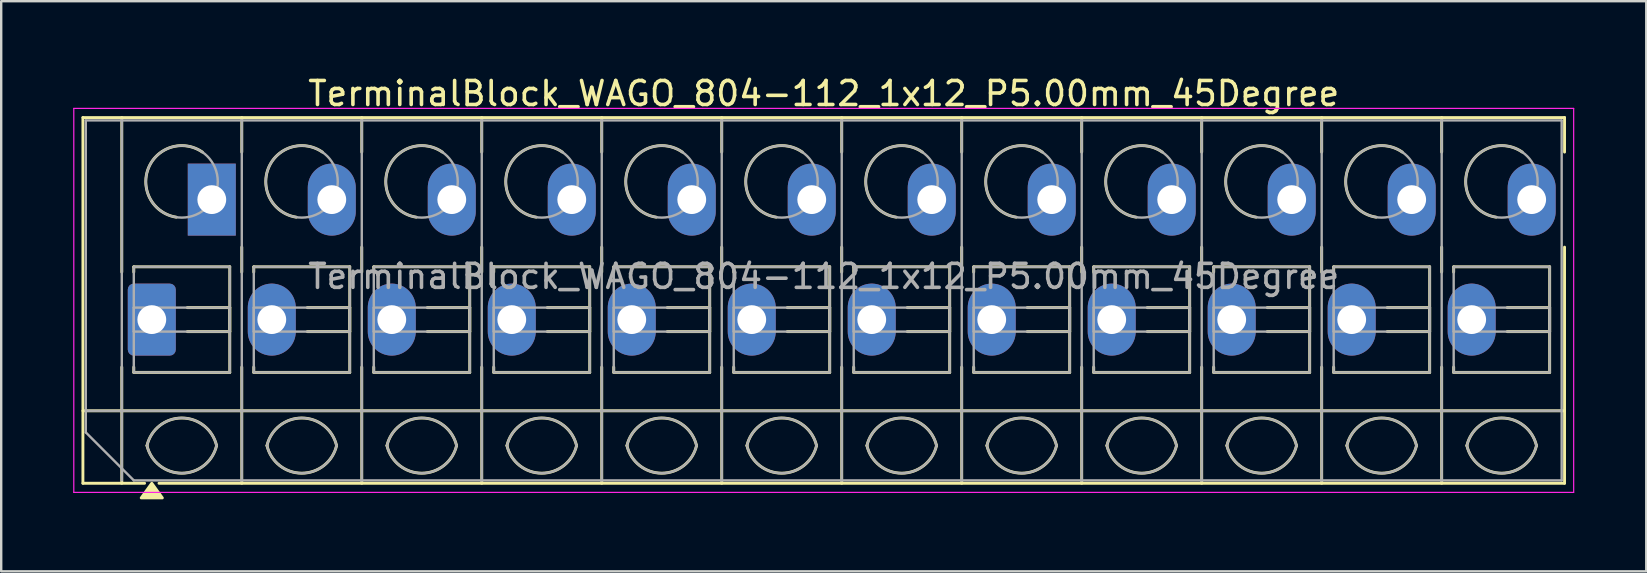
<source format=kicad_pcb>
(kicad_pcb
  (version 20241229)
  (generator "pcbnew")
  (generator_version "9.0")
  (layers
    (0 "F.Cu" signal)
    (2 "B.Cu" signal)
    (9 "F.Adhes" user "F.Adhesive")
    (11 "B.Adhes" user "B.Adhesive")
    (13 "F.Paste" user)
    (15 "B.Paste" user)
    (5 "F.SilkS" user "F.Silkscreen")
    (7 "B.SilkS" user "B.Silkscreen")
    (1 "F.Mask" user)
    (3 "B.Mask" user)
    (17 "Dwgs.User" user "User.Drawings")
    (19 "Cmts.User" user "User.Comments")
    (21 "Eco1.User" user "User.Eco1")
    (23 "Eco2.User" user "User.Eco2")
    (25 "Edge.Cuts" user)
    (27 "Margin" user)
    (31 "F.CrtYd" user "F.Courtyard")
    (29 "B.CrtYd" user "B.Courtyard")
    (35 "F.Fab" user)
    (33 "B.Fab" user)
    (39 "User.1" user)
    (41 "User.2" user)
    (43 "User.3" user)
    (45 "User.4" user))
  (footprint "TerminalBlock_WAGO_804-112_1x12_P5.00mm_45Degree"
    (layer "F.Cu")
    (at 3.275 10.268)
    (property "Reference" "TerminalBlock_WAGO_804-112_1x12_P5.00mm_45Degree" (at 28 -9.42 0) (layer "F.SilkS") (effects (font (size 1 1) (thickness 0.15))))
    (attr through_hole)
    (fp_line (start -2.87 -8.42) (end -2.87 6.82) (stroke (width 0.12) (type solid)) (layer "F.SilkS"))
    (fp_line (start -2.87 -8.42) (end 58.87 -8.42) (stroke (width 0.12) (type solid)) (layer "F.SilkS"))
    (fp_line (start -2.87 3.8) (end 58.87 3.8) (stroke (width 0.12) (type solid)) (layer "F.SilkS"))
    (fp_line (start -2.87 6.82) (end -0.3 6.82) (stroke (width 0.12) (type solid)) (layer "F.SilkS"))
    (fp_line (start -1.25 -8.42) (end -1.25 -1.98) (stroke (width 0.12) (type solid)) (layer "F.SilkS"))
    (fp_line (start -1.25 1.98) (end -1.25 6.82) (stroke (width 0.12) (type solid)) (layer "F.SilkS"))
    (fp_line (start -0.75 -2.2) (end -0.75 -1.98) (stroke (width 0.12) (type solid)) (layer "F.SilkS"))
    (fp_line (start -0.75 -2.2) (end 3.25 -2.2) (stroke (width 0.12) (type solid)) (layer "F.SilkS"))
    (fp_line (start -0.75 1.98) (end -0.75 2.2) (stroke (width 0.12) (type solid)) (layer "F.SilkS"))
    (fp_line (start -0.75 2.2) (end 3.25 2.2) (stroke (width 0.12) (type solid)) (layer "F.SilkS"))
    (fp_line (start 0.3 6.82) (end 58.87 6.82) (stroke (width 0.12) (type solid)) (layer "F.SilkS"))
    (fp_line (start 1.48 -0.5) (end 3.25 -0.5) (stroke (width 0.12) (type solid)) (layer "F.SilkS"))
    (fp_line (start 1.48 0.5) (end 3.25 0.5) (stroke (width 0.12) (type solid)) (layer "F.SilkS"))
    (fp_line (start 3.25 -2.2) (end 3.25 2.2) (stroke (width 0.12) (type solid)) (layer "F.SilkS"))
    (fp_line (start 3.25 -0.5) (end 3.25 0.5) (stroke (width 0.12) (type solid)) (layer "F.SilkS"))
    (fp_line (start 3.75 -8.42) (end 3.75 -6.98) (stroke (width 0.12) (type solid)) (layer "F.SilkS"))
    (fp_line (start 3.75 -3.02) (end 3.75 -1.98) (stroke (width 0.12) (type solid)) (layer "F.SilkS"))
    (fp_line (start 3.75 1.98) (end 3.75 6.82) (stroke (width 0.12) (type solid)) (layer "F.SilkS"))
    (fp_line (start 4.25 -2.2) (end 4.25 -1.98) (stroke (width 0.12) (type solid)) (layer "F.SilkS"))
    (fp_line (start 4.25 -2.2) (end 8.25 -2.2) (stroke (width 0.12) (type solid)) (layer "F.SilkS"))
    (fp_line (start 4.25 1.98) (end 4.25 2.2) (stroke (width 0.12) (type solid)) (layer "F.SilkS"))
    (fp_line (start 4.25 2.2) (end 8.25 2.2) (stroke (width 0.12) (type solid)) (layer "F.SilkS"))
    (fp_line (start 6.48 -0.5) (end 8.25 -0.5) (stroke (width 0.12) (type solid)) (layer "F.SilkS"))
    (fp_line (start 6.48 0.5) (end 8.25 0.5) (stroke (width 0.12) (type solid)) (layer "F.SilkS"))
    (fp_line (start 8.25 -2.2) (end 8.25 2.2) (stroke (width 0.12) (type solid)) (layer "F.SilkS"))
    (fp_line (start 8.25 -0.5) (end 8.25 0.5) (stroke (width 0.12) (type solid)) (layer "F.SilkS"))
    (fp_line (start 8.75 -8.42) (end 8.75 -6.98) (stroke (width 0.12) (type solid)) (layer "F.SilkS"))
    (fp_line (start 8.75 -3.02) (end 8.75 -1.98) (stroke (width 0.12) (type solid)) (layer "F.SilkS"))
    (fp_line (start 8.75 1.98) (end 8.75 6.82) (stroke (width 0.12) (type solid)) (layer "F.SilkS"))
    (fp_line (start 9.25 -2.2) (end 9.25 -1.98) (stroke (width 0.12) (type solid)) (layer "F.SilkS"))
    (fp_line (start 9.25 -2.2) (end 13.25 -2.2) (stroke (width 0.12) (type solid)) (layer "F.SilkS"))
    (fp_line (start 9.25 1.98) (end 9.25 2.2) (stroke (width 0.12) (type solid)) (layer "F.SilkS"))
    (fp_line (start 9.25 2.2) (end 13.25 2.2) (stroke (width 0.12) (type solid)) (layer "F.SilkS"))
    (fp_line (start 11.48 -0.5) (end 13.25 -0.5) (stroke (width 0.12) (type solid)) (layer "F.SilkS"))
    (fp_line (start 11.48 0.5) (end 13.25 0.5) (stroke (width 0.12) (type solid)) (layer "F.SilkS"))
    (fp_line (start 13.25 -2.2) (end 13.25 2.2) (stroke (width 0.12) (type solid)) (layer "F.SilkS"))
    (fp_line (start 13.25 -0.5) (end 13.25 0.5) (stroke (width 0.12) (type solid)) (layer "F.SilkS"))
    (fp_line (start 13.75 -8.42) (end 13.75 -6.98) (stroke (width 0.12) (type solid)) (layer "F.SilkS"))
    (fp_line (start 13.75 -3.02) (end 13.75 -1.98) (stroke (width 0.12) (type solid)) (layer "F.SilkS"))
    (fp_line (start 13.75 1.98) (end 13.75 6.82) (stroke (width 0.12) (type solid)) (layer "F.SilkS"))
    (fp_line (start 14.25 -2.2) (end 14.25 -1.98) (stroke (width 0.12) (type solid)) (layer "F.SilkS"))
    (fp_line (start 14.25 -2.2) (end 18.25 -2.2) (stroke (width 0.12) (type solid)) (layer "F.SilkS"))
    (fp_line (start 14.25 1.98) (end 14.25 2.2) (stroke (width 0.12) (type solid)) (layer "F.SilkS"))
    (fp_line (start 14.25 2.2) (end 18.25 2.2) (stroke (width 0.12) (type solid)) (layer "F.SilkS"))
    (fp_line (start 16.48 -0.5) (end 18.25 -0.5) (stroke (width 0.12) (type solid)) (layer "F.SilkS"))
    (fp_line (start 16.48 0.5) (end 18.25 0.5) (stroke (width 0.12) (type solid)) (layer "F.SilkS"))
    (fp_line (start 18.25 -2.2) (end 18.25 2.2) (stroke (width 0.12) (type solid)) (layer "F.SilkS"))
    (fp_line (start 18.25 -0.5) (end 18.25 0.5) (stroke (width 0.12) (type solid)) (layer "F.SilkS"))
    (fp_line (start 18.75 -8.42) (end 18.75 -6.98) (stroke (width 0.12) (type solid)) (layer "F.SilkS"))
    (fp_line (start 18.75 -3.02) (end 18.75 -1.98) (stroke (width 0.12) (type solid)) (layer "F.SilkS"))
    (fp_line (start 18.75 1.98) (end 18.75 6.82) (stroke (width 0.12) (type solid)) (layer "F.SilkS"))
    (fp_line (start 19.25 -2.2) (end 19.25 -1.98) (stroke (width 0.12) (type solid)) (layer "F.SilkS"))
    (fp_line (start 19.25 -2.2) (end 23.25 -2.2) (stroke (width 0.12) (type solid)) (layer "F.SilkS"))
    (fp_line (start 19.25 1.98) (end 19.25 2.2) (stroke (width 0.12) (type solid)) (layer "F.SilkS"))
    (fp_line (start 19.25 2.2) (end 23.25 2.2) (stroke (width 0.12) (type solid)) (layer "F.SilkS"))
    (fp_line (start 21.48 -0.5) (end 23.25 -0.5) (stroke (width 0.12) (type solid)) (layer "F.SilkS"))
    (fp_line (start 21.48 0.5) (end 23.25 0.5) (stroke (width 0.12) (type solid)) (layer "F.SilkS"))
    (fp_line (start 23.25 -2.2) (end 23.25 2.2) (stroke (width 0.12) (type solid)) (layer "F.SilkS"))
    (fp_line (start 23.25 -0.5) (end 23.25 0.5) (stroke (width 0.12) (type solid)) (layer "F.SilkS"))
    (fp_line (start 23.75 -8.42) (end 23.75 -6.98) (stroke (width 0.12) (type solid)) (layer "F.SilkS"))
    (fp_line (start 23.75 -3.02) (end 23.75 -1.98) (stroke (width 0.12) (type solid)) (layer "F.SilkS"))
    (fp_line (start 23.75 1.98) (end 23.75 6.82) (stroke (width 0.12) (type solid)) (layer "F.SilkS"))
    (fp_line (start 24.25 -2.2) (end 24.25 -1.98) (stroke (width 0.12) (type solid)) (layer "F.SilkS"))
    (fp_line (start 24.25 -2.2) (end 28.25 -2.2) (stroke (width 0.12) (type solid)) (layer "F.SilkS"))
    (fp_line (start 24.25 1.98) (end 24.25 2.2) (stroke (width 0.12) (type solid)) (layer "F.SilkS"))
    (fp_line (start 24.25 2.2) (end 28.25 2.2) (stroke (width 0.12) (type solid)) (layer "F.SilkS"))
    (fp_line (start 26.48 -0.5) (end 28.25 -0.5) (stroke (width 0.12) (type solid)) (layer "F.SilkS"))
    (fp_line (start 26.48 0.5) (end 28.25 0.5) (stroke (width 0.12) (type solid)) (layer "F.SilkS"))
    (fp_line (start 28.25 -2.2) (end 28.25 2.2) (stroke (width 0.12) (type solid)) (layer "F.SilkS"))
    (fp_line (start 28.25 -0.5) (end 28.25 0.5) (stroke (width 0.12) (type solid)) (layer "F.SilkS"))
    (fp_line (start 28.75 -8.42) (end 28.75 -6.98) (stroke (width 0.12) (type solid)) (layer "F.SilkS"))
    (fp_line (start 28.75 -3.02) (end 28.75 -1.98) (stroke (width 0.12) (type solid)) (layer "F.SilkS"))
    (fp_line (start 28.75 1.98) (end 28.75 6.82) (stroke (width 0.12) (type solid)) (layer "F.SilkS"))
    (fp_line (start 29.25 -2.2) (end 29.25 -1.98) (stroke (width 0.12) (type solid)) (layer "F.SilkS"))
    (fp_line (start 29.25 -2.2) (end 33.25 -2.2) (stroke (width 0.12) (type solid)) (layer "F.SilkS"))
    (fp_line (start 29.25 1.98) (end 29.25 2.2) (stroke (width 0.12) (type solid)) (layer "F.SilkS"))
    (fp_line (start 29.25 2.2) (end 33.25 2.2) (stroke (width 0.12) (type solid)) (layer "F.SilkS"))
    (fp_line (start 31.48 -0.5) (end 33.25 -0.5) (stroke (width 0.12) (type solid)) (layer "F.SilkS"))
    (fp_line (start 31.48 0.5) (end 33.25 0.5) (stroke (width 0.12) (type solid)) (layer "F.SilkS"))
    (fp_line (start 33.25 -2.2) (end 33.25 2.2) (stroke (width 0.12) (type solid)) (layer "F.SilkS"))
    (fp_line (start 33.25 -0.5) (end 33.25 0.5) (stroke (width 0.12) (type solid)) (layer "F.SilkS"))
    (fp_line (start 33.75 -8.42) (end 33.75 -6.98) (stroke (width 0.12) (type solid)) (layer "F.SilkS"))
    (fp_line (start 33.75 -3.02) (end 33.75 -1.98) (stroke (width 0.12) (type solid)) (layer "F.SilkS"))
    (fp_line (start 33.75 1.98) (end 33.75 6.82) (stroke (width 0.12) (type solid)) (layer "F.SilkS"))
    (fp_line (start 34.25 -2.2) (end 34.25 -1.98) (stroke (width 0.12) (type solid)) (layer "F.SilkS"))
    (fp_line (start 34.25 -2.2) (end 38.25 -2.2) (stroke (width 0.12) (type solid)) (layer "F.SilkS"))
    (fp_line (start 34.25 1.98) (end 34.25 2.2) (stroke (width 0.12) (type solid)) (layer "F.SilkS"))
    (fp_line (start 34.25 2.2) (end 38.25 2.2) (stroke (width 0.12) (type solid)) (layer "F.SilkS"))
    (fp_line (start 36.48 -0.5) (end 38.25 -0.5) (stroke (width 0.12) (type solid)) (layer "F.SilkS"))
    (fp_line (start 36.48 0.5) (end 38.25 0.5) (stroke (width 0.12) (type solid)) (layer "F.SilkS"))
    (fp_line (start 38.25 -2.2) (end 38.25 2.2) (stroke (width 0.12) (type solid)) (layer "F.SilkS"))
    (fp_line (start 38.25 -0.5) (end 38.25 0.5) (stroke (width 0.12) (type solid)) (layer "F.SilkS"))
    (fp_line (start 38.75 -8.42) (end 38.75 -6.98) (stroke (width 0.12) (type solid)) (layer "F.SilkS"))
    (fp_line (start 38.75 -3.02) (end 38.75 -1.98) (stroke (width 0.12) (type solid)) (layer "F.SilkS"))
    (fp_line (start 38.75 1.98) (end 38.75 6.82) (stroke (width 0.12) (type solid)) (layer "F.SilkS"))
    (fp_line (start 39.25 -2.2) (end 39.25 -1.98) (stroke (width 0.12) (type solid)) (layer "F.SilkS"))
    (fp_line (start 39.25 -2.2) (end 43.25 -2.2) (stroke (width 0.12) (type solid)) (layer "F.SilkS"))
    (fp_line (start 39.25 1.98) (end 39.25 2.2) (stroke (width 0.12) (type solid)) (layer "F.SilkS"))
    (fp_line (start 39.25 2.2) (end 43.25 2.2) (stroke (width 0.12) (type solid)) (layer "F.SilkS"))
    (fp_line (start 41.48 -0.5) (end 43.25 -0.5) (stroke (width 0.12) (type solid)) (layer "F.SilkS"))
    (fp_line (start 41.48 0.5) (end 43.25 0.5) (stroke (width 0.12) (type solid)) (layer "F.SilkS"))
    (fp_line (start 43.25 -2.2) (end 43.25 2.2) (stroke (width 0.12) (type solid)) (layer "F.SilkS"))
    (fp_line (start 43.25 -0.5) (end 43.25 0.5) (stroke (width 0.12) (type solid)) (layer "F.SilkS"))
    (fp_line (start 43.75 -8.42) (end 43.75 -6.98) (stroke (width 0.12) (type solid)) (layer "F.SilkS"))
    (fp_line (start 43.75 -3.02) (end 43.75 -1.98) (stroke (width 0.12) (type solid)) (layer "F.SilkS"))
    (fp_line (start 43.75 1.98) (end 43.75 6.82) (stroke (width 0.12) (type solid)) (layer "F.SilkS"))
    (fp_line (start 44.25 -2.2) (end 44.25 -1.98) (stroke (width 0.12) (type solid)) (layer "F.SilkS"))
    (fp_line (start 44.25 -2.2) (end 48.25 -2.2) (stroke (width 0.12) (type solid)) (layer "F.SilkS"))
    (fp_line (start 44.25 1.98) (end 44.25 2.2) (stroke (width 0.12) (type solid)) (layer "F.SilkS"))
    (fp_line (start 44.25 2.2) (end 48.25 2.2) (stroke (width 0.12) (type solid)) (layer "F.SilkS"))
    (fp_line (start 46.48 -0.5) (end 48.25 -0.5) (stroke (width 0.12) (type solid)) (layer "F.SilkS"))
    (fp_line (start 46.48 0.5) (end 48.25 0.5) (stroke (width 0.12) (type solid)) (layer "F.SilkS"))
    (fp_line (start 48.25 -2.2) (end 48.25 2.2) (stroke (width 0.12) (type solid)) (layer "F.SilkS"))
    (fp_line (start 48.25 -0.5) (end 48.25 0.5) (stroke (width 0.12) (type solid)) (layer "F.SilkS"))
    (fp_line (start 48.75 -8.42) (end 48.75 -6.98) (stroke (width 0.12) (type solid)) (layer "F.SilkS"))
    (fp_line (start 48.75 -3.02) (end 48.75 -1.98) (stroke (width 0.12) (type solid)) (layer "F.SilkS"))
    (fp_line (start 48.75 1.98) (end 48.75 6.82) (stroke (width 0.12) (type solid)) (layer "F.SilkS"))
    (fp_line (start 49.25 -2.2) (end 49.25 -1.98) (stroke (width 0.12) (type solid)) (layer "F.SilkS"))
    (fp_line (start 49.25 -2.2) (end 53.25 -2.2) (stroke (width 0.12) (type solid)) (layer "F.SilkS"))
    (fp_line (start 49.25 1.98) (end 49.25 2.2) (stroke (width 0.12) (type solid)) (layer "F.SilkS"))
    (fp_line (start 49.25 2.2) (end 53.25 2.2) (stroke (width 0.12) (type solid)) (layer "F.SilkS"))
    (fp_line (start 51.48 -0.5) (end 53.25 -0.5) (stroke (width 0.12) (type solid)) (layer "F.SilkS"))
    (fp_line (start 51.48 0.5) (end 53.25 0.5) (stroke (width 0.12) (type solid)) (layer "F.SilkS"))
    (fp_line (start 53.25 -2.2) (end 53.25 2.2) (stroke (width 0.12) (type solid)) (layer "F.SilkS"))
    (fp_line (start 53.25 -0.5) (end 53.25 0.5) (stroke (width 0.12) (type solid)) (layer "F.SilkS"))
    (fp_line (start 53.75 -8.42) (end 53.75 -6.98) (stroke (width 0.12) (type solid)) (layer "F.SilkS"))
    (fp_line (start 53.75 -3.02) (end 53.75 -1.98) (stroke (width 0.12) (type solid)) (layer "F.SilkS"))
    (fp_line (start 53.75 1.98) (end 53.75 6.82) (stroke (width 0.12) (type solid)) (layer "F.SilkS"))
    (fp_line (start 54.25 -2.2) (end 54.25 -1.98) (stroke (width 0.12) (type solid)) (layer "F.SilkS"))
    (fp_line (start 54.25 -2.2) (end 58.25 -2.2) (stroke (width 0.12) (type solid)) (layer "F.SilkS"))
    (fp_line (start 54.25 1.98) (end 54.25 2.2) (stroke (width 0.12) (type solid)) (layer "F.SilkS"))
    (fp_line (start 54.25 2.2) (end 58.25 2.2) (stroke (width 0.12) (type solid)) (layer "F.SilkS"))
    (fp_line (start 56.48 -0.5) (end 58.25 -0.5) (stroke (width 0.12) (type solid)) (layer "F.SilkS"))
    (fp_line (start 56.48 0.5) (end 58.25 0.5) (stroke (width 0.12) (type solid)) (layer "F.SilkS"))
    (fp_line (start 58.25 -2.2) (end 58.25 2.2) (stroke (width 0.12) (type solid)) (layer "F.SilkS"))
    (fp_line (start 58.25 -0.5) (end 58.25 0.5) (stroke (width 0.12) (type solid)) (layer "F.SilkS"))
    (fp_line (start 58.87 -8.42) (end 58.87 -6.98) (stroke (width 0.12) (type solid)) (layer "F.SilkS"))
    (fp_line (start 58.87 -3.02) (end 58.87 6.82) (stroke (width 0.12) (type solid)) (layer "F.SilkS"))
    (fp_arc (start -0.2 5.25) (mid 1.25 4.1) (end 2.7 5.25) (stroke (width 0.12) (type solid)) (layer "F.SilkS"))
    (fp_arc (start 1.02 -4.268) (mid -0.141916 -6.309209) (end 2.109 -6.98) (stroke (width 0.12) (type solid)) (layer "F.SilkS"))
    (fp_arc (start 2.7 5.25) (mid 1.25 6.4) (end -0.2 5.25) (stroke (width 0.12) (type solid)) (layer "F.SilkS"))
    (fp_arc (start 4.8 5.25) (mid 6.25 4.1) (end 7.7 5.25) (stroke (width 0.12) (type solid)) (layer "F.SilkS"))
    (fp_arc (start 6.02 -4.268) (mid 4.858084 -6.309209) (end 7.109 -6.98) (stroke (width 0.12) (type solid)) (layer "F.SilkS"))
    (fp_arc (start 7.7 5.25) (mid 6.25 6.4) (end 4.8 5.25) (stroke (width 0.12) (type solid)) (layer "F.SilkS"))
    (fp_arc (start 9.8 5.25) (mid 11.25 4.1) (end 12.7 5.25) (stroke (width 0.12) (type solid)) (layer "F.SilkS"))
    (fp_arc (start 11.02 -4.268) (mid 9.858084 -6.309209) (end 12.109 -6.98) (stroke (width 0.12) (type solid)) (layer "F.SilkS"))
    (fp_arc (start 12.7 5.25) (mid 11.25 6.4) (end 9.8 5.25) (stroke (width 0.12) (type solid)) (layer "F.SilkS"))
    (fp_arc (start 14.8 5.25) (mid 16.25 4.1) (end 17.7 5.25) (stroke (width 0.12) (type solid)) (layer "F.SilkS"))
    (fp_arc (start 16.02 -4.268) (mid 14.858084 -6.309209) (end 17.109 -6.98) (stroke (width 0.12) (type solid)) (layer "F.SilkS"))
    (fp_arc (start 17.7 5.25) (mid 16.25 6.4) (end 14.8 5.25) (stroke (width 0.12) (type solid)) (layer "F.SilkS"))
    (fp_arc (start 19.8 5.25) (mid 21.25 4.1) (end 22.7 5.25) (stroke (width 0.12) (type solid)) (layer "F.SilkS"))
    (fp_arc (start 21.02 -4.268) (mid 19.858084 -6.309209) (end 22.109 -6.98) (stroke (width 0.12) (type solid)) (layer "F.SilkS"))
    (fp_arc (start 22.7 5.25) (mid 21.25 6.4) (end 19.8 5.25) (stroke (width 0.12) (type solid)) (layer "F.SilkS"))
    (fp_arc (start 24.8 5.25) (mid 26.25 4.1) (end 27.7 5.25) (stroke (width 0.12) (type solid)) (layer "F.SilkS"))
    (fp_arc (start 26.02 -4.268) (mid 24.858084 -6.309209) (end 27.109 -6.98) (stroke (width 0.12) (type solid)) (layer "F.SilkS"))
    (fp_arc (start 27.7 5.25) (mid 26.25 6.4) (end 24.8 5.25) (stroke (width 0.12) (type solid)) (layer "F.SilkS"))
    (fp_arc (start 29.8 5.25) (mid 31.25 4.1) (end 32.7 5.25) (stroke (width 0.12) (type solid)) (layer "F.SilkS"))
    (fp_arc (start 31.02 -4.268) (mid 29.858084 -6.309209) (end 32.109 -6.98) (stroke (width 0.12) (type solid)) (layer "F.SilkS"))
    (fp_arc (start 32.7 5.25) (mid 31.25 6.4) (end 29.8 5.25) (stroke (width 0.12) (type solid)) (layer "F.SilkS"))
    (fp_arc (start 34.8 5.25) (mid 36.25 4.1) (end 37.7 5.25) (stroke (width 0.12) (type solid)) (layer "F.SilkS"))
    (fp_arc (start 36.02 -4.268) (mid 34.858084 -6.309209) (end 37.109 -6.98) (stroke (width 0.12) (type solid)) (layer "F.SilkS"))
    (fp_arc (start 37.7 5.25) (mid 36.25 6.4) (end 34.8 5.25) (stroke (width 0.12) (type solid)) (layer "F.SilkS"))
    (fp_arc (start 39.8 5.25) (mid 41.25 4.1) (end 42.7 5.25) (stroke (width 0.12) (type solid)) (layer "F.SilkS"))
    (fp_arc (start 41.02 -4.268) (mid 39.858084 -6.309209) (end 42.109 -6.98) (stroke (width 0.12) (type solid)) (layer "F.SilkS"))
    (fp_arc (start 42.7 5.25) (mid 41.25 6.4) (end 39.8 5.25) (stroke (width 0.12) (type solid)) (layer "F.SilkS"))
    (fp_arc (start 44.8 5.25) (mid 46.25 4.1) (end 47.7 5.25) (stroke (width 0.12) (type solid)) (layer "F.SilkS"))
    (fp_arc (start 46.02 -4.268) (mid 44.858084 -6.309209) (end 47.109 -6.98) (stroke (width 0.12) (type solid)) (layer "F.SilkS"))
    (fp_arc (start 47.7 5.25) (mid 46.25 6.4) (end 44.8 5.25) (stroke (width 0.12) (type solid)) (layer "F.SilkS"))
    (fp_arc (start 49.8 5.25) (mid 51.25 4.1) (end 52.7 5.25) (stroke (width 0.12) (type solid)) (layer "F.SilkS"))
    (fp_arc (start 51.02 -4.268) (mid 49.858084 -6.309209) (end 52.109 -6.98) (stroke (width 0.12) (type solid)) (layer "F.SilkS"))
    (fp_arc (start 52.7 5.25) (mid 51.25 6.4) (end 49.8 5.25) (stroke (width 0.12) (type solid)) (layer "F.SilkS"))
    (fp_arc (start 54.8 5.25) (mid 56.25 4.1) (end 57.7 5.25) (stroke (width 0.12) (type solid)) (layer "F.SilkS"))
    (fp_arc (start 56.02 -4.268) (mid 54.858084 -6.309209) (end 57.109 -6.98) (stroke (width 0.12) (type solid)) (layer "F.SilkS"))
    (fp_arc (start 57.7 5.25) (mid 56.25 6.4) (end 54.8 5.25) (stroke (width 0.12) (type solid)) (layer "F.SilkS"))
    (fp_poly (pts (xy 0 6.82) (xy 0.44 7.43) (xy -0.44 7.43)) (stroke (width 0.12) (type solid)) (fill yes) (layer "F.SilkS"))
    (fp_line (start -3.25 -8.8) (end -3.25 7.2) (stroke (width 0.05) (type solid)) (layer "F.CrtYd"))
    (fp_line (start -3.25 7.2) (end 59.25 7.2) (stroke (width 0.05) (type solid)) (layer "F.CrtYd"))
    (fp_line (start 59.25 -8.8) (end -3.25 -8.8) (stroke (width 0.05) (type solid)) (layer "F.CrtYd"))
    (fp_line (start 59.25 7.2) (end 59.25 -8.8) (stroke (width 0.05) (type solid)) (layer "F.CrtYd"))
    (fp_line (start -2.75 -8.3) (end 58.75 -8.3) (stroke (width 0.1) (type solid)) (layer "F.Fab"))
    (fp_line (start -2.75 3.8) (end 58.75 3.8) (stroke (width 0.1) (type solid)) (layer "F.Fab"))
    (fp_line (start -2.75 4.7) (end -2.75 -8.3) (stroke (width 0.1) (type solid)) (layer "F.Fab"))
    (fp_line (start -1.25 -8.3) (end -1.25 6.7) (stroke (width 0.1) (type solid)) (layer "F.Fab"))
    (fp_line (start -0.75 -2.2) (end -0.75 2.2) (stroke (width 0.1) (type solid)) (layer "F.Fab"))
    (fp_line (start -0.75 -0.5) (end -0.75 0.5) (stroke (width 0.1) (type solid)) (layer "F.Fab"))
    (fp_line (start -0.75 0.5) (end 3.25 0.5) (stroke (width 0.1) (type solid)) (layer "F.Fab"))
    (fp_line (start -0.75 2.2) (end 3.25 2.2) (stroke (width 0.1) (type solid)) (layer "F.Fab"))
    (fp_line (start -0.75 6.7) (end -2.75 4.7) (stroke (width 0.1) (type solid)) (layer "F.Fab"))
    (fp_line (start 3.25 -2.2) (end -0.75 -2.2) (stroke (width 0.1) (type solid)) (layer "F.Fab"))
    (fp_line (start 3.25 -0.5) (end -0.75 -0.5) (stroke (width 0.1) (type solid)) (layer "F.Fab"))
    (fp_line (start 3.25 0.5) (end 3.25 -0.5) (stroke (width 0.1) (type solid)) (layer "F.Fab"))
    (fp_line (start 3.25 2.2) (end 3.25 -2.2) (stroke (width 0.1) (type solid)) (layer "F.Fab"))
    (fp_line (start 3.75 -8.3) (end 3.75 6.7) (stroke (width 0.1) (type solid)) (layer "F.Fab"))
    (fp_line (start 4.25 -2.2) (end 4.25 2.2) (stroke (width 0.1) (type solid)) (layer "F.Fab"))
    (fp_line (start 4.25 -0.5) (end 4.25 0.5) (stroke (width 0.1) (type solid)) (layer "F.Fab"))
    (fp_line (start 4.25 0.5) (end 8.25 0.5) (stroke (width 0.1) (type solid)) (layer "F.Fab"))
    (fp_line (start 4.25 2.2) (end 8.25 2.2) (stroke (width 0.1) (type solid)) (layer "F.Fab"))
    (fp_line (start 8.25 -2.2) (end 4.25 -2.2) (stroke (width 0.1) (type solid)) (layer "F.Fab"))
    (fp_line (start 8.25 -0.5) (end 4.25 -0.5) (stroke (width 0.1) (type solid)) (layer "F.Fab"))
    (fp_line (start 8.25 0.5) (end 8.25 -0.5) (stroke (width 0.1) (type solid)) (layer "F.Fab"))
    (fp_line (start 8.25 2.2) (end 8.25 -2.2) (stroke (width 0.1) (type solid)) (layer "F.Fab"))
    (fp_line (start 8.75 -8.3) (end 8.75 6.7) (stroke (width 0.1) (type solid)) (layer "F.Fab"))
    (fp_line (start 9.25 -2.2) (end 9.25 2.2) (stroke (width 0.1) (type solid)) (layer "F.Fab"))
    (fp_line (start 9.25 -0.5) (end 9.25 0.5) (stroke (width 0.1) (type solid)) (layer "F.Fab"))
    (fp_line (start 9.25 0.5) (end 13.25 0.5) (stroke (width 0.1) (type solid)) (layer "F.Fab"))
    (fp_line (start 9.25 2.2) (end 13.25 2.2) (stroke (width 0.1) (type solid)) (layer "F.Fab"))
    (fp_line (start 13.25 -2.2) (end 9.25 -2.2) (stroke (width 0.1) (type solid)) (layer "F.Fab"))
    (fp_line (start 13.25 -0.5) (end 9.25 -0.5) (stroke (width 0.1) (type solid)) (layer "F.Fab"))
    (fp_line (start 13.25 0.5) (end 13.25 -0.5) (stroke (width 0.1) (type solid)) (layer "F.Fab"))
    (fp_line (start 13.25 2.2) (end 13.25 -2.2) (stroke (width 0.1) (type solid)) (layer "F.Fab"))
    (fp_line (start 13.75 -8.3) (end 13.75 6.7) (stroke (width 0.1) (type solid)) (layer "F.Fab"))
    (fp_line (start 14.25 -2.2) (end 14.25 2.2) (stroke (width 0.1) (type solid)) (layer "F.Fab"))
    (fp_line (start 14.25 -0.5) (end 14.25 0.5) (stroke (width 0.1) (type solid)) (layer "F.Fab"))
    (fp_line (start 14.25 0.5) (end 18.25 0.5) (stroke (width 0.1) (type solid)) (layer "F.Fab"))
    (fp_line (start 14.25 2.2) (end 18.25 2.2) (stroke (width 0.1) (type solid)) (layer "F.Fab"))
    (fp_line (start 18.25 -2.2) (end 14.25 -2.2) (stroke (width 0.1) (type solid)) (layer "F.Fab"))
    (fp_line (start 18.25 -0.5) (end 14.25 -0.5) (stroke (width 0.1) (type solid)) (layer "F.Fab"))
    (fp_line (start 18.25 0.5) (end 18.25 -0.5) (stroke (width 0.1) (type solid)) (layer "F.Fab"))
    (fp_line (start 18.25 2.2) (end 18.25 -2.2) (stroke (width 0.1) (type solid)) (layer "F.Fab"))
    (fp_line (start 18.75 -8.3) (end 18.75 6.7) (stroke (width 0.1) (type solid)) (layer "F.Fab"))
    (fp_line (start 19.25 -2.2) (end 19.25 2.2) (stroke (width 0.1) (type solid)) (layer "F.Fab"))
    (fp_line (start 19.25 -0.5) (end 19.25 0.5) (stroke (width 0.1) (type solid)) (layer "F.Fab"))
    (fp_line (start 19.25 0.5) (end 23.25 0.5) (stroke (width 0.1) (type solid)) (layer "F.Fab"))
    (fp_line (start 19.25 2.2) (end 23.25 2.2) (stroke (width 0.1) (type solid)) (layer "F.Fab"))
    (fp_line (start 23.25 -2.2) (end 19.25 -2.2) (stroke (width 0.1) (type solid)) (layer "F.Fab"))
    (fp_line (start 23.25 -0.5) (end 19.25 -0.5) (stroke (width 0.1) (type solid)) (layer "F.Fab"))
    (fp_line (start 23.25 0.5) (end 23.25 -0.5) (stroke (width 0.1) (type solid)) (layer "F.Fab"))
    (fp_line (start 23.25 2.2) (end 23.25 -2.2) (stroke (width 0.1) (type solid)) (layer "F.Fab"))
    (fp_line (start 23.75 -8.3) (end 23.75 6.7) (stroke (width 0.1) (type solid)) (layer "F.Fab"))
    (fp_line (start 24.25 -2.2) (end 24.25 2.2) (stroke (width 0.1) (type solid)) (layer "F.Fab"))
    (fp_line (start 24.25 -0.5) (end 24.25 0.5) (stroke (width 0.1) (type solid)) (layer "F.Fab"))
    (fp_line (start 24.25 0.5) (end 28.25 0.5) (stroke (width 0.1) (type solid)) (layer "F.Fab"))
    (fp_line (start 24.25 2.2) (end 28.25 2.2) (stroke (width 0.1) (type solid)) (layer "F.Fab"))
    (fp_line (start 28.25 -2.2) (end 24.25 -2.2) (stroke (width 0.1) (type solid)) (layer "F.Fab"))
    (fp_line (start 28.25 -0.5) (end 24.25 -0.5) (stroke (width 0.1) (type solid)) (layer "F.Fab"))
    (fp_line (start 28.25 0.5) (end 28.25 -0.5) (stroke (width 0.1) (type solid)) (layer "F.Fab"))
    (fp_line (start 28.25 2.2) (end 28.25 -2.2) (stroke (width 0.1) (type solid)) (layer "F.Fab"))
    (fp_line (start 28.75 -8.3) (end 28.75 6.7) (stroke (width 0.1) (type solid)) (layer "F.Fab"))
    (fp_line (start 29.25 -2.2) (end 29.25 2.2) (stroke (width 0.1) (type solid)) (layer "F.Fab"))
    (fp_line (start 29.25 -0.5) (end 29.25 0.5) (stroke (width 0.1) (type solid)) (layer "F.Fab"))
    (fp_line (start 29.25 0.5) (end 33.25 0.5) (stroke (width 0.1) (type solid)) (layer "F.Fab"))
    (fp_line (start 29.25 2.2) (end 33.25 2.2) (stroke (width 0.1) (type solid)) (layer "F.Fab"))
    (fp_line (start 33.25 -2.2) (end 29.25 -2.2) (stroke (width 0.1) (type solid)) (layer "F.Fab"))
    (fp_line (start 33.25 -0.5) (end 29.25 -0.5) (stroke (width 0.1) (type solid)) (layer "F.Fab"))
    (fp_line (start 33.25 0.5) (end 33.25 -0.5) (stroke (width 0.1) (type solid)) (layer "F.Fab"))
    (fp_line (start 33.25 2.2) (end 33.25 -2.2) (stroke (width 0.1) (type solid)) (layer "F.Fab"))
    (fp_line (start 33.75 -8.3) (end 33.75 6.7) (stroke (width 0.1) (type solid)) (layer "F.Fab"))
    (fp_line (start 34.25 -2.2) (end 34.25 2.2) (stroke (width 0.1) (type solid)) (layer "F.Fab"))
    (fp_line (start 34.25 -0.5) (end 34.25 0.5) (stroke (width 0.1) (type solid)) (layer "F.Fab"))
    (fp_line (start 34.25 0.5) (end 38.25 0.5) (stroke (width 0.1) (type solid)) (layer "F.Fab"))
    (fp_line (start 34.25 2.2) (end 38.25 2.2) (stroke (width 0.1) (type solid)) (layer "F.Fab"))
    (fp_line (start 38.25 -2.2) (end 34.25 -2.2) (stroke (width 0.1) (type solid)) (layer "F.Fab"))
    (fp_line (start 38.25 -0.5) (end 34.25 -0.5) (stroke (width 0.1) (type solid)) (layer "F.Fab"))
    (fp_line (start 38.25 0.5) (end 38.25 -0.5) (stroke (width 0.1) (type solid)) (layer "F.Fab"))
    (fp_line (start 38.25 2.2) (end 38.25 -2.2) (stroke (width 0.1) (type solid)) (layer "F.Fab"))
    (fp_line (start 38.75 -8.3) (end 38.75 6.7) (stroke (width 0.1) (type solid)) (layer "F.Fab"))
    (fp_line (start 39.25 -2.2) (end 39.25 2.2) (stroke (width 0.1) (type solid)) (layer "F.Fab"))
    (fp_line (start 39.25 -0.5) (end 39.25 0.5) (stroke (width 0.1) (type solid)) (layer "F.Fab"))
    (fp_line (start 39.25 0.5) (end 43.25 0.5) (stroke (width 0.1) (type solid)) (layer "F.Fab"))
    (fp_line (start 39.25 2.2) (end 43.25 2.2) (stroke (width 0.1) (type solid)) (layer "F.Fab"))
    (fp_line (start 43.25 -2.2) (end 39.25 -2.2) (stroke (width 0.1) (type solid)) (layer "F.Fab"))
    (fp_line (start 43.25 -0.5) (end 39.25 -0.5) (stroke (width 0.1) (type solid)) (layer "F.Fab"))
    (fp_line (start 43.25 0.5) (end 43.25 -0.5) (stroke (width 0.1) (type solid)) (layer "F.Fab"))
    (fp_line (start 43.25 2.2) (end 43.25 -2.2) (stroke (width 0.1) (type solid)) (layer "F.Fab"))
    (fp_line (start 43.75 -8.3) (end 43.75 6.7) (stroke (width 0.1) (type solid)) (layer "F.Fab"))
    (fp_line (start 44.25 -2.2) (end 44.25 2.2) (stroke (width 0.1) (type solid)) (layer "F.Fab"))
    (fp_line (start 44.25 -0.5) (end 44.25 0.5) (stroke (width 0.1) (type solid)) (layer "F.Fab"))
    (fp_line (start 44.25 0.5) (end 48.25 0.5) (stroke (width 0.1) (type solid)) (layer "F.Fab"))
    (fp_line (start 44.25 2.2) (end 48.25 2.2) (stroke (width 0.1) (type solid)) (layer "F.Fab"))
    (fp_line (start 48.25 -2.2) (end 44.25 -2.2) (stroke (width 0.1) (type solid)) (layer "F.Fab"))
    (fp_line (start 48.25 -0.5) (end 44.25 -0.5) (stroke (width 0.1) (type solid)) (layer "F.Fab"))
    (fp_line (start 48.25 0.5) (end 48.25 -0.5) (stroke (width 0.1) (type solid)) (layer "F.Fab"))
    (fp_line (start 48.25 2.2) (end 48.25 -2.2) (stroke (width 0.1) (type solid)) (layer "F.Fab"))
    (fp_line (start 48.75 -8.3) (end 48.75 6.7) (stroke (width 0.1) (type solid)) (layer "F.Fab"))
    (fp_line (start 49.25 -2.2) (end 49.25 2.2) (stroke (width 0.1) (type solid)) (layer "F.Fab"))
    (fp_line (start 49.25 -0.5) (end 49.25 0.5) (stroke (width 0.1) (type solid)) (layer "F.Fab"))
    (fp_line (start 49.25 0.5) (end 53.25 0.5) (stroke (width 0.1) (type solid)) (layer "F.Fab"))
    (fp_line (start 49.25 2.2) (end 53.25 2.2) (stroke (width 0.1) (type solid)) (layer "F.Fab"))
    (fp_line (start 53.25 -2.2) (end 49.25 -2.2) (stroke (width 0.1) (type solid)) (layer "F.Fab"))
    (fp_line (start 53.25 -0.5) (end 49.25 -0.5) (stroke (width 0.1) (type solid)) (layer "F.Fab"))
    (fp_line (start 53.25 0.5) (end 53.25 -0.5) (stroke (width 0.1) (type solid)) (layer "F.Fab"))
    (fp_line (start 53.25 2.2) (end 53.25 -2.2) (stroke (width 0.1) (type solid)) (layer "F.Fab"))
    (fp_line (start 53.75 -8.3) (end 53.75 6.7) (stroke (width 0.1) (type solid)) (layer "F.Fab"))
    (fp_line (start 54.25 -2.2) (end 54.25 2.2) (stroke (width 0.1) (type solid)) (layer "F.Fab"))
    (fp_line (start 54.25 -0.5) (end 54.25 0.5) (stroke (width 0.1) (type solid)) (layer "F.Fab"))
    (fp_line (start 54.25 0.5) (end 58.25 0.5) (stroke (width 0.1) (type solid)) (layer "F.Fab"))
    (fp_line (start 54.25 2.2) (end 58.25 2.2) (stroke (width 0.1) (type solid)) (layer "F.Fab"))
    (fp_line (start 58.25 -2.2) (end 54.25 -2.2) (stroke (width 0.1) (type solid)) (layer "F.Fab"))
    (fp_line (start 58.25 -0.5) (end 54.25 -0.5) (stroke (width 0.1) (type solid)) (layer "F.Fab"))
    (fp_line (start 58.25 0.5) (end 58.25 -0.5) (stroke (width 0.1) (type solid)) (layer "F.Fab"))
    (fp_line (start 58.25 2.2) (end 58.25 -2.2) (stroke (width 0.1) (type solid)) (layer "F.Fab"))
    (fp_line (start 58.75 -8.3) (end 58.75 6.7) (stroke (width 0.1) (type solid)) (layer "F.Fab"))
    (fp_line (start 58.75 6.7) (end -0.75 6.7) (stroke (width 0.1) (type solid)) (layer "F.Fab"))
    (fp_arc (start -0.2 5.25) (mid 1.25 4.1) (end 2.7 5.25) (stroke (width 0.1) (type solid)) (layer "F.Fab"))
    (fp_arc (start 2.7 5.25) (mid 1.25 6.4) (end -0.2 5.25) (stroke (width 0.1) (type solid)) (layer "F.Fab"))
    (fp_arc (start 4.8 5.25) (mid 6.25 4.1) (end 7.7 5.25) (stroke (width 0.1) (type solid)) (layer "F.Fab"))
    (fp_arc (start 7.7 5.25) (mid 6.25 6.4) (end 4.8 5.25) (stroke (width 0.1) (type solid)) (layer "F.Fab"))
    (fp_arc (start 9.8 5.25) (mid 11.25 4.1) (end 12.7 5.25) (stroke (width 0.1) (type solid)) (layer "F.Fab"))
    (fp_arc (start 12.7 5.25) (mid 11.25 6.4) (end 9.8 5.25) (stroke (width 0.1) (type solid)) (layer "F.Fab"))
    (fp_arc (start 14.8 5.25) (mid 16.25 4.1) (end 17.7 5.25) (stroke (width 0.1) (type solid)) (layer "F.Fab"))
    (fp_arc (start 17.7 5.25) (mid 16.25 6.4) (end 14.8 5.25) (stroke (width 0.1) (type solid)) (layer "F.Fab"))
    (fp_arc (start 19.8 5.25) (mid 21.25 4.1) (end 22.7 5.25) (stroke (width 0.1) (type solid)) (layer "F.Fab"))
    (fp_arc (start 22.7 5.25) (mid 21.25 6.4) (end 19.8 5.25) (stroke (width 0.1) (type solid)) (layer "F.Fab"))
    (fp_arc (start 24.8 5.25) (mid 26.25 4.1) (end 27.7 5.25) (stroke (width 0.1) (type solid)) (layer "F.Fab"))
    (fp_arc (start 27.7 5.25) (mid 26.25 6.4) (end 24.8 5.25) (stroke (width 0.1) (type solid)) (layer "F.Fab"))
    (fp_arc (start 29.8 5.25) (mid 31.25 4.1) (end 32.7 5.25) (stroke (width 0.1) (type solid)) (layer "F.Fab"))
    (fp_arc (start 32.7 5.25) (mid 31.25 6.4) (end 29.8 5.25) (stroke (width 0.1) (type solid)) (layer "F.Fab"))
    (fp_arc (start 34.8 5.25) (mid 36.25 4.1) (end 37.7 5.25) (stroke (width 0.1) (type solid)) (layer "F.Fab"))
    (fp_arc (start 37.7 5.25) (mid 36.25 6.4) (end 34.8 5.25) (stroke (width 0.1) (type solid)) (layer "F.Fab"))
    (fp_arc (start 39.8 5.25) (mid 41.25 4.1) (end 42.7 5.25) (stroke (width 0.1) (type solid)) (layer "F.Fab"))
    (fp_arc (start 42.7 5.25) (mid 41.25 6.4) (end 39.8 5.25) (stroke (width 0.1) (type solid)) (layer "F.Fab"))
    (fp_arc (start 44.8 5.25) (mid 46.25 4.1) (end 47.7 5.25) (stroke (width 0.1) (type solid)) (layer "F.Fab"))
    (fp_arc (start 47.7 5.25) (mid 46.25 6.4) (end 44.8 5.25) (stroke (width 0.1) (type solid)) (layer "F.Fab"))
    (fp_arc (start 49.8 5.25) (mid 51.25 4.1) (end 52.7 5.25) (stroke (width 0.1) (type solid)) (layer "F.Fab"))
    (fp_arc (start 52.7 5.25) (mid 51.25 6.4) (end 49.8 5.25) (stroke (width 0.1) (type solid)) (layer "F.Fab"))
    (fp_arc (start 54.8 5.25) (mid 56.25 4.1) (end 57.7 5.25) (stroke (width 0.1) (type solid)) (layer "F.Fab"))
    (fp_arc (start 57.7 5.25) (mid 56.25 6.4) (end 54.8 5.25) (stroke (width 0.1) (type solid)) (layer "F.Fab"))
    (fp_circle (center 1.25 -5.75) (end 2.75 -5.75) (stroke (width 0.1) (type solid)) (fill no) (layer "F.Fab"))
    (fp_circle (center 6.25 -5.75) (end 7.75 -5.75) (stroke (width 0.1) (type solid)) (fill no) (layer "F.Fab"))
    (fp_circle (center 11.25 -5.75) (end 12.75 -5.75) (stroke (width 0.1) (type solid)) (fill no) (layer "F.Fab"))
    (fp_circle (center 16.25 -5.75) (end 17.75 -5.75) (stroke (width 0.1) (type solid)) (fill no) (layer "F.Fab"))
    (fp_circle (center 21.25 -5.75) (end 22.75 -5.75) (stroke (width 0.1) (type solid)) (fill no) (layer "F.Fab"))
    (fp_circle (center 26.25 -5.75) (end 27.75 -5.75) (stroke (width 0.1) (type solid)) (fill no) (layer "F.Fab"))
    (fp_circle (center 31.25 -5.75) (end 32.75 -5.75) (stroke (width 0.1) (type solid)) (fill no) (layer "F.Fab"))
    (fp_circle (center 36.25 -5.75) (end 37.75 -5.75) (stroke (width 0.1) (type solid)) (fill no) (layer "F.Fab"))
    (fp_circle (center 41.25 -5.75) (end 42.75 -5.75) (stroke (width 0.1) (type solid)) (fill no) (layer "F.Fab"))
    (fp_circle (center 46.25 -5.75) (end 47.75 -5.75) (stroke (width 0.1) (type solid)) (fill no) (layer "F.Fab"))
    (fp_circle (center 51.25 -5.75) (end 52.75 -5.75) (stroke (width 0.1) (type solid)) (fill no) (layer "F.Fab"))
    (fp_circle (center 56.25 -5.75) (end 57.75 -5.75) (stroke (width 0.1) (type solid)) (fill no) (layer "F.Fab"))
    (fp_text user "${REFERENCE}" (at 28 -1.8 0) (layer "F.Fab") (effects (font (size 1 1) (thickness 0.15))))
    (pad "1" thru_hole roundrect (at 0 0) (size 2 3) (drill 1.2) (layers "*.Cu" "*.Mask") (roundrect_rratio 0.125))
    (pad "1" thru_hole rect (at 2.5 -5) (size 2 3) (drill 1.2) (layers "*.Cu" "*.Mask"))
    (pad "2" thru_hole oval (at 5 0) (size 2 3) (drill 1.2) (layers "*.Cu" "*.Mask"))
    (pad "2" thru_hole oval (at 7.5 -5) (size 2 3) (drill 1.2) (layers "*.Cu" "*.Mask"))
    (pad "3" thru_hole oval (at 10 0) (size 2 3) (drill 1.2) (layers "*.Cu" "*.Mask"))
    (pad "3" thru_hole oval (at 12.5 -5) (size 2 3) (drill 1.2) (layers "*.Cu" "*.Mask"))
    (pad "4" thru_hole oval (at 15 0) (size 2 3) (drill 1.2) (layers "*.Cu" "*.Mask"))
    (pad "4" thru_hole oval (at 17.5 -5) (size 2 3) (drill 1.2) (layers "*.Cu" "*.Mask"))
    (pad "5" thru_hole oval (at 20 0) (size 2 3) (drill 1.2) (layers "*.Cu" "*.Mask"))
    (pad "5" thru_hole oval (at 22.5 -5) (size 2 3) (drill 1.2) (layers "*.Cu" "*.Mask"))
    (pad "6" thru_hole oval (at 25 0) (size 2 3) (drill 1.2) (layers "*.Cu" "*.Mask"))
    (pad "6" thru_hole oval (at 27.5 -5) (size 2 3) (drill 1.2) (layers "*.Cu" "*.Mask"))
    (pad "7" thru_hole oval (at 30 0) (size 2 3) (drill 1.2) (layers "*.Cu" "*.Mask"))
    (pad "7" thru_hole oval (at 32.5 -5) (size 2 3) (drill 1.2) (layers "*.Cu" "*.Mask"))
    (pad "8" thru_hole oval (at 35 0) (size 2 3) (drill 1.2) (layers "*.Cu" "*.Mask"))
    (pad "8" thru_hole oval (at 37.5 -5) (size 2 3) (drill 1.2) (layers "*.Cu" "*.Mask"))
    (pad "9" thru_hole oval (at 40 0) (size 2 3) (drill 1.2) (layers "*.Cu" "*.Mask"))
    (pad "9" thru_hole oval (at 42.5 -5) (size 2 3) (drill 1.2) (layers "*.Cu" "*.Mask"))
    (pad "10" thru_hole oval (at 45 0) (size 2 3) (drill 1.2) (layers "*.Cu" "*.Mask"))
    (pad "10" thru_hole oval (at 47.5 -5) (size 2 3) (drill 1.2) (layers "*.Cu" "*.Mask"))
    (pad "11" thru_hole oval (at 50 0) (size 2 3) (drill 1.2) (layers "*.Cu" "*.Mask"))
    (pad "11" thru_hole oval (at 52.5 -5) (size 2 3) (drill 1.2) (layers "*.Cu" "*.Mask"))
    (pad "12" thru_hole oval (at 55 0) (size 2 3) (drill 1.2) (layers "*.Cu" "*.Mask"))
    (pad "12" thru_hole oval (at 57.5 -5) (size 2 3) (drill 1.2) (layers "*.Cu" "*.Mask")))
  (gr_rect
    (start -3 -3)
    (end 65.55 20.758)
    (stroke (width 0.1) (type default))
    (fill no)
    (layer "Edge.Cuts")))
</source>
